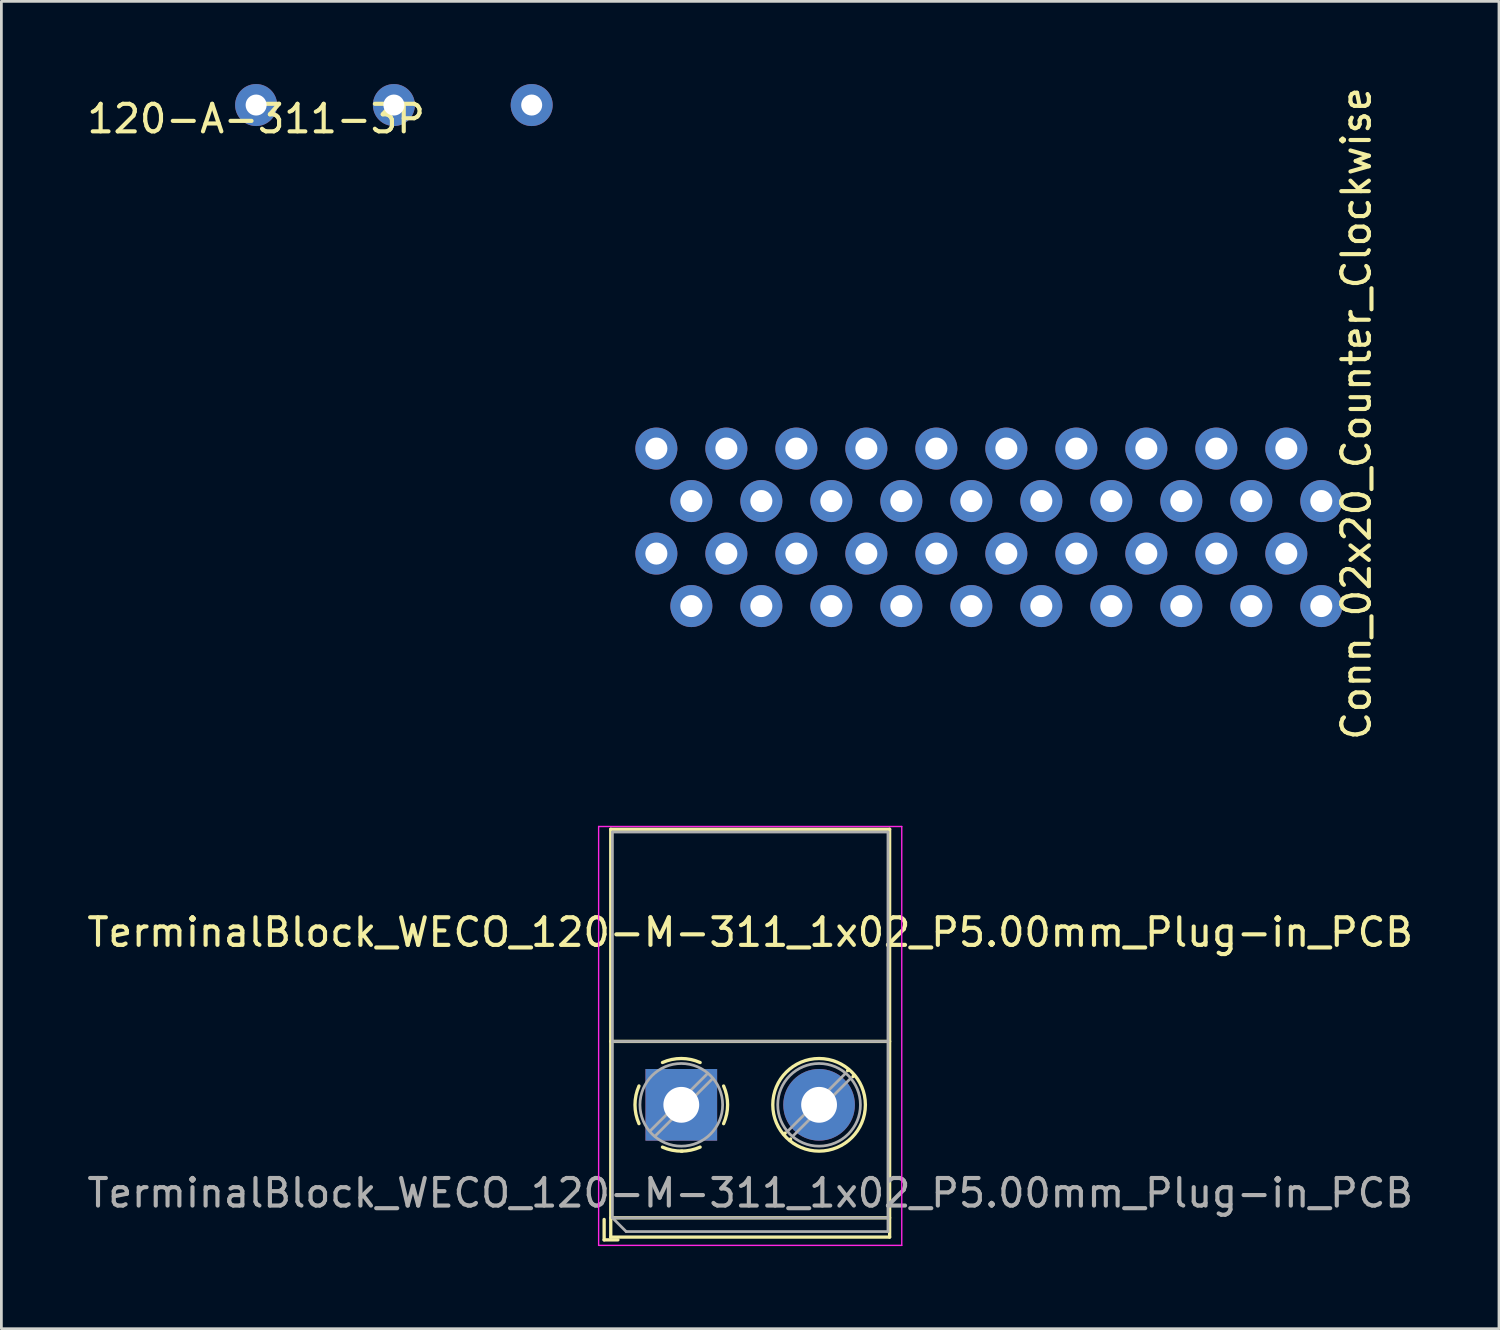
<source format=kicad_pcb>
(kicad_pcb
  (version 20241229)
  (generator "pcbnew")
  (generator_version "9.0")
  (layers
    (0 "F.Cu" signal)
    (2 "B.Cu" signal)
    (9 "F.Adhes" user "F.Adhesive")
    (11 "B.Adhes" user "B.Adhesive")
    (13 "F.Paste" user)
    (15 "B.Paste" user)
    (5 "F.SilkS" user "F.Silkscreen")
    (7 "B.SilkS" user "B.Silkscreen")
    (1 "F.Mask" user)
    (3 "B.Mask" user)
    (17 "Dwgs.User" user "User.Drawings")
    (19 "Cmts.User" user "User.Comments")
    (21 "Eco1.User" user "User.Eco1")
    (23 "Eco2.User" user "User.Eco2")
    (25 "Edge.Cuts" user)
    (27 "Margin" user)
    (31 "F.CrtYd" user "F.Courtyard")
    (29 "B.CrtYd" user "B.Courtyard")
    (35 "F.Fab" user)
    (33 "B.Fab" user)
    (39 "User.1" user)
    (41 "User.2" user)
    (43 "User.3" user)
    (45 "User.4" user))
  (footprint "TerminalBlock_WECO_120-M-311_1x02_P5.00mm_Plug-in_PCB"
    (layer "F.Cu")
    (at 21.673 37.042)
    (property "Reference" "TerminalBlock_WECO_120-M-311_1x02_P5.00mm_Plug-in_PCB" (at 2.5 -6.26 0) (layer "F.SilkS") (effects (font (size 1 1) (thickness 0.15))))
    (attr through_hole)
    (fp_line (start -2.8 4.16) (end -2.8 4.9) (stroke (width 0.12) (type solid)) (layer "F.SilkS"))
    (fp_line (start -2.8 4.9) (end -2.3 4.9) (stroke (width 0.12) (type solid)) (layer "F.SilkS"))
    (fp_line (start -2.56 -10) (end -2.56 4.8) (stroke (width 0.12) (type solid)) (layer "F.SilkS"))
    (fp_line (start -2.56 -10) (end 7.56 -10) (stroke (width 0.12) (type solid)) (layer "F.SilkS"))
    (fp_line (start -2.56 -2.301) (end 7.56 -2.301) (stroke (width 0.12) (type solid)) (layer "F.SilkS"))
    (fp_line (start -2.56 4.1) (end 7.56 4.1) (stroke (width 0.12) (type solid)) (layer "F.SilkS"))
    (fp_line (start -2.56 4.8) (end 7.56 4.8) (stroke (width 0.12) (type solid)) (layer "F.SilkS"))
    (fp_line (start 3.773 1.023) (end 3.726 1.069) (stroke (width 0.12) (type solid)) (layer "F.SilkS"))
    (fp_line (start 3.966 1.239) (end 3.931 1.274) (stroke (width 0.12) (type solid)) (layer "F.SilkS"))
    (fp_line (start 6.07 -1.275) (end 6.035 -1.239) (stroke (width 0.12) (type solid)) (layer "F.SilkS"))
    (fp_line (start 6.275 -1.069) (end 6.228 -1.023) (stroke (width 0.12) (type solid)) (layer "F.SilkS"))
    (fp_line (start 7.56 -10) (end 7.56 4.8) (stroke (width 0.12) (type solid)) (layer "F.SilkS"))
    (fp_arc (start -1.535427 0.683042) (mid -1.680501 -0.000524) (end -1.535 -0.684) (stroke (width 0.12) (type solid)) (layer "F.SilkS"))
    (fp_arc (start -0.683042 -1.535427) (mid 0.000524 -1.680501) (end 0.684 -1.535) (stroke (width 0.12) (type solid)) (layer "F.SilkS"))
    (fp_arc (start 0.028805 1.680253) (mid -0.335551 1.646659) (end -0.684 1.535) (stroke (width 0.12) (type solid)) (layer "F.SilkS"))
    (fp_arc (start 0.683318 1.534756) (mid 0.349292 1.643288) (end 0 1.68) (stroke (width 0.12) (type solid)) (layer "F.SilkS"))
    (fp_arc (start 1.535427 -0.683042) (mid 1.680501 0.000524) (end 1.535 0.684) (stroke (width 0.12) (type solid)) (layer "F.SilkS"))
    (fp_circle (center 5 0) (end 6.68 0) (stroke (width 0.12) (type solid)) (fill no) (layer "F.SilkS"))
    (fp_line (start -3 -10.1) (end -3 5.1) (stroke (width 0.05) (type solid)) (layer "F.CrtYd"))
    (fp_line (start -3 5.1) (end 8 5.1) (stroke (width 0.05) (type solid)) (layer "F.CrtYd"))
    (fp_line (start 8 -10.1) (end -3 -10.1) (stroke (width 0.05) (type solid)) (layer "F.CrtYd"))
    (fp_line (start 8 5.1) (end 8 -10.1) (stroke (width 0.05) (type solid)) (layer "F.CrtYd"))
    (fp_line (start -2.5 -9.9) (end 7.5 -9.9) (stroke (width 0.1) (type solid)) (layer "F.Fab"))
    (fp_line (start -2.5 -2.3) (end 7.5 -2.3) (stroke (width 0.1) (type solid)) (layer "F.Fab"))
    (fp_line (start -2.5 4.1) (end -2.5 -9.9) (stroke (width 0.1) (type solid)) (layer "F.Fab"))
    (fp_line (start -2.5 4.1) (end 7.5 4.1) (stroke (width 0.1) (type solid)) (layer "F.Fab"))
    (fp_line (start -2 4.6) (end -2.5 4.1) (stroke (width 0.1) (type solid)) (layer "F.Fab"))
    (fp_line (start 0.955 -1.138) (end -1.138 0.955) (stroke (width 0.1) (type solid)) (layer "F.Fab"))
    (fp_line (start 1.138 -0.955) (end -0.955 1.138) (stroke (width 0.1) (type solid)) (layer "F.Fab"))
    (fp_line (start 5.955 -1.138) (end 3.863 0.955) (stroke (width 0.1) (type solid)) (layer "F.Fab"))
    (fp_line (start 6.138 -0.955) (end 4.046 1.138) (stroke (width 0.1) (type solid)) (layer "F.Fab"))
    (fp_line (start 7.5 -9.9) (end 7.5 4.6) (stroke (width 0.1) (type solid)) (layer "F.Fab"))
    (fp_line (start 7.5 4.6) (end -2 4.6) (stroke (width 0.1) (type solid)) (layer "F.Fab"))
    (fp_circle (center 0 0) (end 1.5 0) (stroke (width 0.1) (type solid)) (fill no) (layer "F.Fab"))
    (fp_circle (center 5 0) (end 6.5 0) (stroke (width 0.1) (type solid)) (fill no) (layer "F.Fab"))
    (fp_text user "${REFERENCE}" (at 2.5 3.2 0) (layer "F.Fab") (effects (font (size 1 1) (thickness 0.15))))
    (pad "1" thru_hole rect (at 0 0) (size 2.6 2.6) (drill 1.3) (layers "*.Cu" "*.Mask"))
    (pad "2" thru_hole circle (at 5 0) (size 2.6 2.6) (drill 1.3) (layers "*.Cu" "*.Mask")))
  (footprint "Conn_02x20_Counter_Clockwise"
    (layer "F.Cu")
    (at 44.898 18.943)
    (property "Reference" "Conn_02x20_Counter_Clockwise" (at 1.27 -6.985 270) (layer "F.SilkS") (effects (font (size 1 1) (thickness 0.15))))
    (attr through_hole)
    (pad "1" thru_hole circle (at 0 0 180) (size 1.524 1.524) (drill 0.8) (layers "*.Cu" "*.Mask"))
    (pad "2" thru_hole circle (at -2.54 0 180) (size 1.524 1.524) (drill 0.8) (layers "*.Cu" "*.Mask"))
    (pad "3" thru_hole circle (at -5.08 0 180) (size 1.524 1.524) (drill 0.8) (layers "*.Cu" "*.Mask"))
    (pad "4" thru_hole circle (at -7.62 0 180) (size 1.524 1.524) (drill 0.8) (layers "*.Cu" "*.Mask"))
    (pad "5" thru_hole circle (at -10.16 0 180) (size 1.524 1.524) (drill 0.8) (layers "*.Cu" "*.Mask"))
    (pad "6" thru_hole circle (at -12.7 0 180) (size 1.524 1.524) (drill 0.8) (layers "*.Cu" "*.Mask"))
    (pad "7" thru_hole circle (at -15.24 0 180) (size 1.524 1.524) (drill 0.8) (layers "*.Cu" "*.Mask"))
    (pad "8" thru_hole circle (at -17.78 0 180) (size 1.524 1.524) (drill 0.8) (layers "*.Cu" "*.Mask"))
    (pad "9" thru_hole circle (at -20.32 0 180) (size 1.524 1.524) (drill 0.8) (layers "*.Cu" "*.Mask"))
    (pad "10" thru_hole circle (at -22.86 0 180) (size 1.524 1.524) (drill 0.8) (layers "*.Cu" "*.Mask"))
    (pad "11" thru_hole circle (at -1.27 -1.905 180) (size 1.524 1.524) (drill 0.8) (layers "*.Cu" "*.Mask"))
    (pad "12" thru_hole circle (at -3.81 -1.905 180) (size 1.524 1.524) (drill 0.8) (layers "*.Cu" "*.Mask"))
    (pad "13" thru_hole circle (at -6.35 -1.905 180) (size 1.524 1.524) (drill 0.8) (layers "*.Cu" "*.Mask"))
    (pad "14" thru_hole circle (at -8.89 -1.905 180) (size 1.524 1.524) (drill 0.8) (layers "*.Cu" "*.Mask"))
    (pad "15" thru_hole circle (at -11.43 -1.905 180) (size 1.524 1.524) (drill 0.8) (layers "*.Cu" "*.Mask"))
    (pad "16" thru_hole circle (at -13.97 -1.905 180) (size 1.524 1.524) (drill 0.8) (layers "*.Cu" "*.Mask"))
    (pad "17" thru_hole circle (at -16.51 -1.905 180) (size 1.524 1.524) (drill 0.8) (layers "*.Cu" "*.Mask"))
    (pad "18" thru_hole circle (at -19.05 -1.905 180) (size 1.524 1.524) (drill 0.8) (layers "*.Cu" "*.Mask"))
    (pad "19" thru_hole circle (at -21.59 -1.905 180) (size 1.524 1.524) (drill 0.8) (layers "*.Cu" "*.Mask"))
    (pad "20" thru_hole circle (at -24.13 -1.905 180) (size 1.524 1.524) (drill 0.8) (layers "*.Cu" "*.Mask"))
    (pad "21" thru_hole circle (at 0 -3.81 180) (size 1.524 1.524) (drill 0.8) (layers "*.Cu" "*.Mask"))
    (pad "22" thru_hole circle (at -2.54 -3.81 180) (size 1.524 1.524) (drill 0.8) (layers "*.Cu" "*.Mask"))
    (pad "23" thru_hole circle (at -5.08 -3.81 180) (size 1.524 1.524) (drill 0.8) (layers "*.Cu" "*.Mask"))
    (pad "24" thru_hole circle (at -7.62 -3.81 180) (size 1.524 1.524) (drill 0.8) (layers "*.Cu" "*.Mask"))
    (pad "25" thru_hole circle (at -10.16 -3.81 180) (size 1.524 1.524) (drill 0.8) (layers "*.Cu" "*.Mask"))
    (pad "26" thru_hole circle (at -12.7 -3.81 180) (size 1.524 1.524) (drill 0.8) (layers "*.Cu" "*.Mask"))
    (pad "27" thru_hole circle (at -15.24 -3.81 180) (size 1.524 1.524) (drill 0.8) (layers "*.Cu" "*.Mask"))
    (pad "28" thru_hole circle (at -17.78 -3.81 180) (size 1.524 1.524) (drill 0.8) (layers "*.Cu" "*.Mask"))
    (pad "29" thru_hole circle (at -20.32 -3.81 180) (size 1.524 1.524) (drill 0.8) (layers "*.Cu" "*.Mask"))
    (pad "30" thru_hole circle (at -22.86 -3.81 180) (size 1.524 1.524) (drill 0.8) (layers "*.Cu" "*.Mask"))
    (pad "31" thru_hole circle (at -1.27 -5.715 180) (size 1.524 1.524) (drill 0.8) (layers "*.Cu" "*.Mask"))
    (pad "32" thru_hole circle (at -3.81 -5.715 180) (size 1.524 1.524) (drill 0.8) (layers "*.Cu" "*.Mask"))
    (pad "33" thru_hole circle (at -6.35 -5.715 180) (size 1.524 1.524) (drill 0.8) (layers "*.Cu" "*.Mask"))
    (pad "34" thru_hole circle (at -8.89 -5.715 180) (size 1.524 1.524) (drill 0.8) (layers "*.Cu" "*.Mask"))
    (pad "35" thru_hole circle (at -11.43 -5.715 180) (size 1.524 1.524) (drill 0.8) (layers "*.Cu" "*.Mask"))
    (pad "36" thru_hole circle (at -13.97 -5.715 180) (size 1.524 1.524) (drill 0.8) (layers "*.Cu" "*.Mask"))
    (pad "37" thru_hole circle (at -16.51 -5.715 180) (size 1.524 1.524) (drill 0.8) (layers "*.Cu" "*.Mask"))
    (pad "38" thru_hole circle (at -19.05 -5.715 180) (size 1.524 1.524) (drill 0.8) (layers "*.Cu" "*.Mask"))
    (pad "39" thru_hole circle (at -21.59 -5.715 180) (size 1.524 1.524) (drill 0.8) (layers "*.Cu" "*.Mask"))
    (pad "40" thru_hole circle (at -24.13 -5.715 180) (size 1.524 1.524) (drill 0.8) (layers "*.Cu" "*.Mask")))
  (footprint "120-A-311-3P"
    (layer "F.Cu")
    (at 6.244 0.762)
    (property "Reference" "120-A-311-3P" (at 0 0.5 0) (layer "F.SilkS") (effects (font (size 1 1) (thickness 0.15))))
    (attr through_hole)
    (pad "1" thru_hole circle (at 0 0) (size 1.524 1.524) (drill 0.762) (layers "*.Cu" "*.Mask"))
    (pad "2" thru_hole circle (at 5 0) (size 1.524 1.524) (drill 0.762) (layers "*.Cu" "*.Mask"))
    (pad "3" thru_hole circle (at 10 0) (size 1.524 1.524) (drill 0.762) (layers "*.Cu" "*.Mask")))
  (gr_rect
    (start -3 -3)
    (end 51.345 45.167)
    (stroke (width 0.1) (type default))
    (fill no)
    (layer "Edge.Cuts")))
</source>
